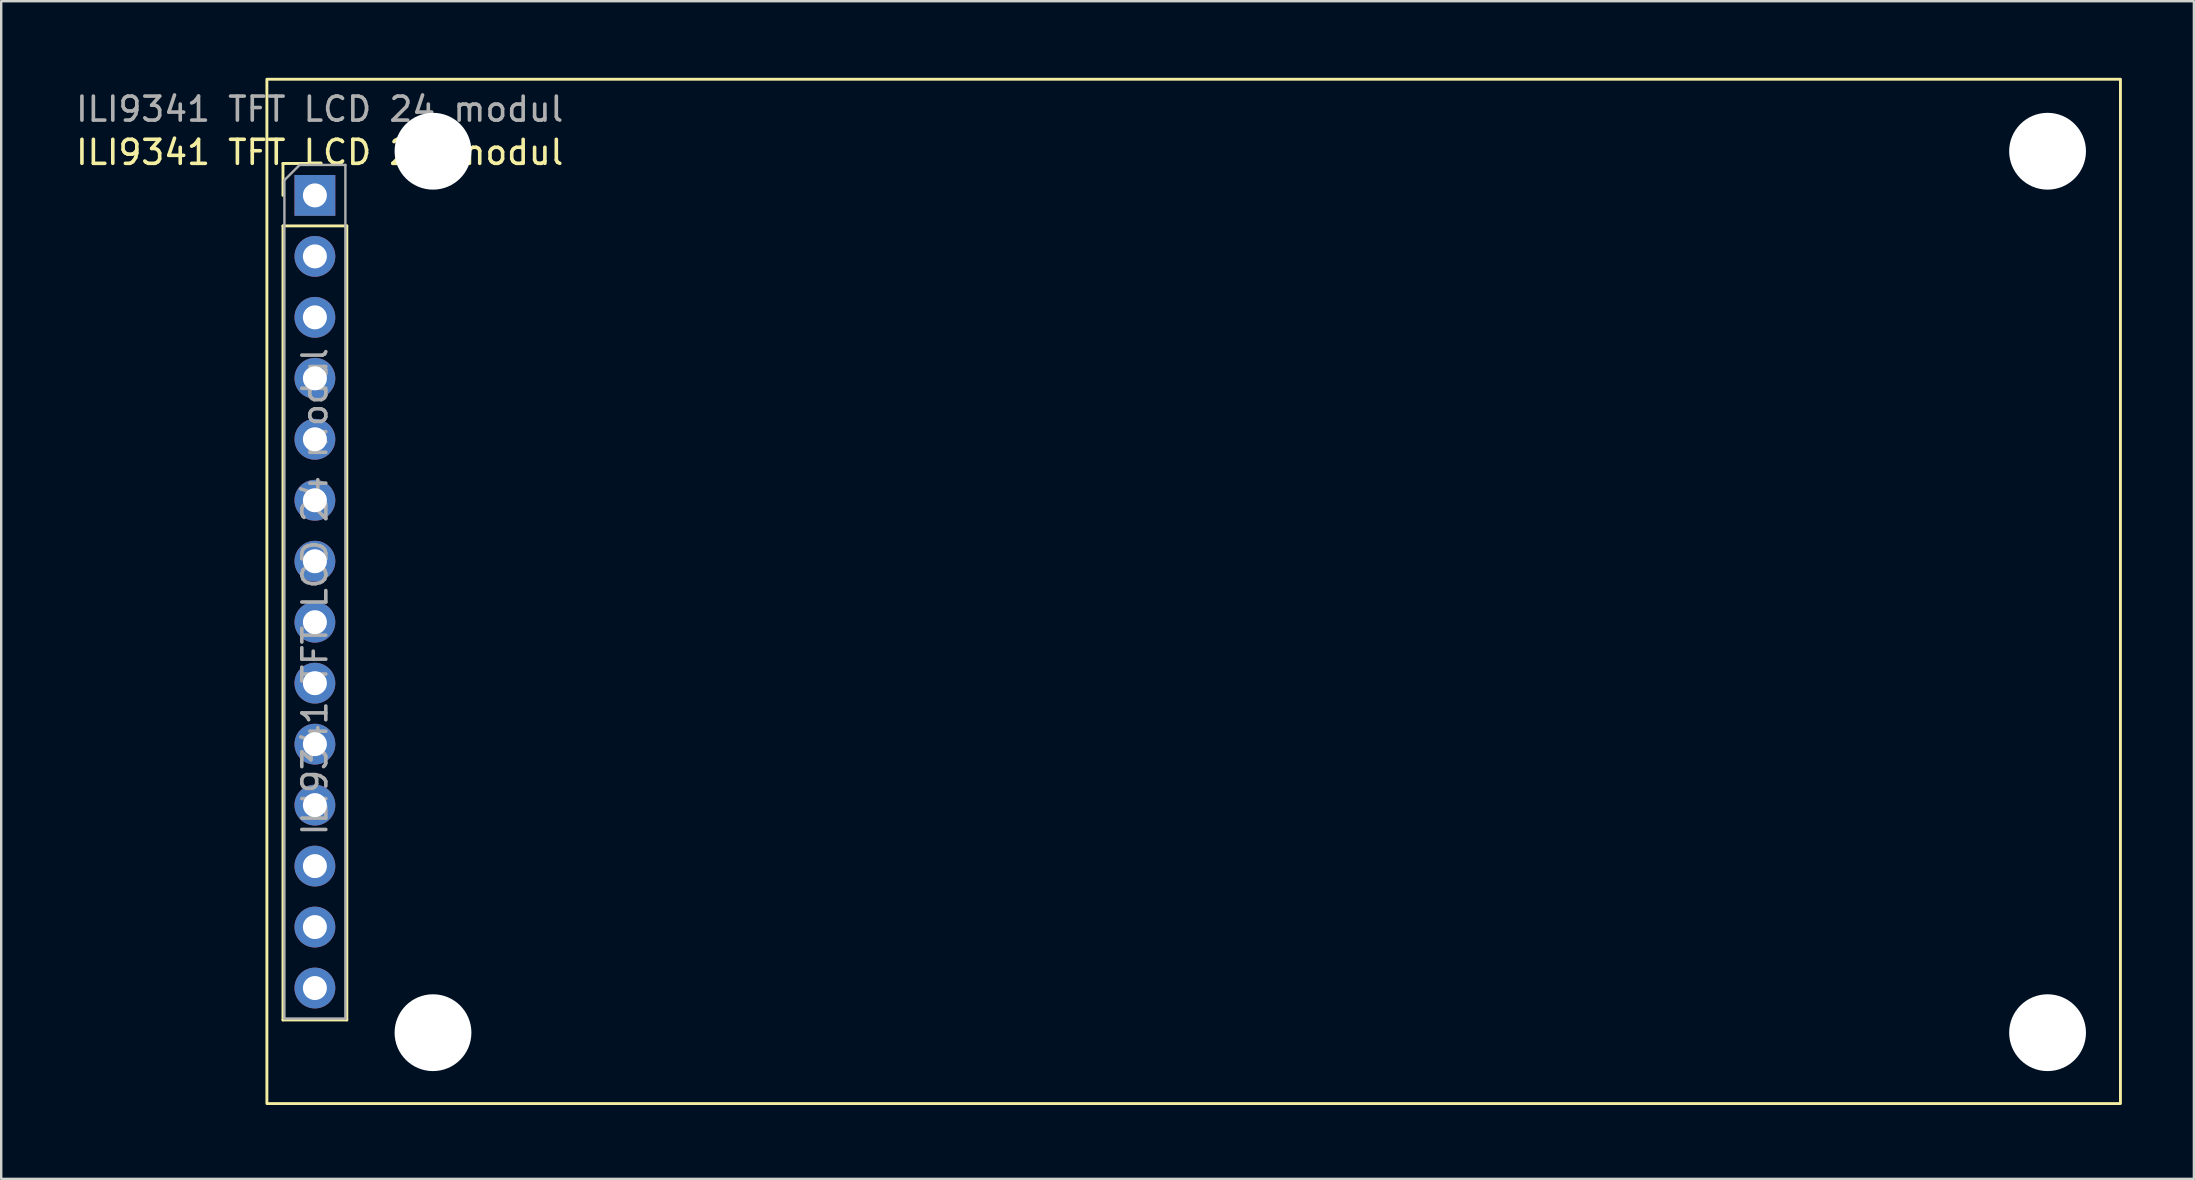
<source format=kicad_pcb>
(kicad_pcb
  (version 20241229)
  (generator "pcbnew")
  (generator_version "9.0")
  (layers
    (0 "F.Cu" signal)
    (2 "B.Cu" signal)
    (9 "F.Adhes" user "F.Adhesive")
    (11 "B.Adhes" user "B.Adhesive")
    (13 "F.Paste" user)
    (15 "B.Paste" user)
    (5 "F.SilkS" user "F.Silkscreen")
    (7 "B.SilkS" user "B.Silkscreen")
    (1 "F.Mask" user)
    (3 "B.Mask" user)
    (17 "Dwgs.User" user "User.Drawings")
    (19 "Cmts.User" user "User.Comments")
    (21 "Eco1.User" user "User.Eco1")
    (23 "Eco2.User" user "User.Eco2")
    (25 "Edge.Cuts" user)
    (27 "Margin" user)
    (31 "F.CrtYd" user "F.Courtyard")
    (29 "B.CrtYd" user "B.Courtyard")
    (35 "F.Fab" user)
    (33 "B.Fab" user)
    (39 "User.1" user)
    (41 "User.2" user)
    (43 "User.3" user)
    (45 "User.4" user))
  (footprint "ILI9341 TFT LCD 24 modul"
    (layer "F.Cu")
    (at 8.068 0.25)
    (property "Reference" "ILI9341 TFT LCD 24 modul" (at 2.2 3.048 0) (unlocked yes) (layer "F.SilkS") (effects (font (size 1 1) (thickness 0.15))))
    (attr through_hole)
    (fp_line (start 0.67 3.51) (end 2 3.51) (stroke (width 0.12) (type solid)) (layer "F.SilkS"))
    (fp_line (start 0.67 4.84) (end 0.67 3.51) (stroke (width 0.12) (type solid)) (layer "F.SilkS"))
    (fp_line (start 0.67 6.11) (end 0.67 39.19) (stroke (width 0.12) (type solid)) (layer "F.SilkS"))
    (fp_line (start 0.67 6.11) (end 3.33 6.11) (stroke (width 0.12) (type solid)) (layer "F.SilkS"))
    (fp_line (start 0.67 39.19) (end 3.33 39.19) (stroke (width 0.12) (type solid)) (layer "F.SilkS"))
    (fp_line (start 3.33 6.11) (end 3.33 39.19) (stroke (width 0.12) (type solid)) (layer "F.SilkS"))
    (fp_rect (start 0 0) (end 77.216 42.672) (stroke (width 0.12) (type solid)) (fill no) (layer "F.SilkS"))
    (fp_line (start 0.73 4.205) (end 1.365 3.57) (stroke (width 0.1) (type solid)) (layer "F.Fab"))
    (fp_line (start 0.73 39.13) (end 0.73 4.205) (stroke (width 0.1) (type solid)) (layer "F.Fab"))
    (fp_line (start 1.365 3.57) (end 3.27 3.57) (stroke (width 0.1) (type solid)) (layer "F.Fab"))
    (fp_line (start 3.27 3.57) (end 3.27 39.13) (stroke (width 0.1) (type solid)) (layer "F.Fab"))
    (fp_line (start 3.27 39.13) (end 0.73 39.13) (stroke (width 0.1) (type solid)) (layer "F.Fab"))
    (fp_line (start 18 1) (end 18 42) (stroke (width 0.12) (type solid)) (layer "User.6"))
    (fp_line (start 18 1) (end 69.5 1) (stroke (width 0.12) (type solid)) (layer "User.6"))
    (fp_line (start 43.75 17.75) (end 43.75 0) (stroke (width 0.12) (type solid)) (layer "User.6"))
    (fp_line (start 43.75 17.75) (end 43.75 27.25) (stroke (width 0.12) (type solid)) (layer "User.6"))
    (fp_line (start 43.75 27.25) (end 43.75 42.75) (stroke (width 0.12) (type solid)) (layer "User.6"))
    (fp_line (start 69.5 1) (end 69.5 42) (stroke (width 0.12) (type solid)) (layer "User.6"))
    (fp_line (start 69.5 42) (end 18 42) (stroke (width 0.12) (type solid)) (layer "User.6"))
    (fp_text user "${REFERENCE}" (at 2 21.35 90) (layer "F.Fab") (effects (font (size 1 1) (thickness 0.15))))
    (fp_text user "${REFERENCE}" (at 2.2 1.248 0) (unlocked yes) (layer "F.Fab") (effects (font (size 1 1) (thickness 0.15))))
    (pad "" np_thru_hole circle (at 6.92 3) (size 3.2 3.2) (drill 3.2) (layers "*.Cu" "*.Mask"))
    (pad "" np_thru_hole circle (at 6.92 39.72) (size 3.2 3.2) (drill 3.2) (layers "*.Cu" "*.Mask"))
    (pad "" np_thru_hole circle (at 74.18 3) (size 3.2 3.2) (drill 3.2) (layers "*.Cu" "*.Mask"))
    (pad "" np_thru_hole circle (at 74.18 39.72) (size 3.2 3.2) (drill 3.2) (layers "*.Cu" "*.Mask"))
    (pad "1" thru_hole rect (at 2 4.84) (size 1.7 1.7) (drill 1) (layers "*.Cu" "*.Mask"))
    (pad "2" thru_hole oval (at 2 7.38) (size 1.7 1.7) (drill 1) (layers "*.Cu" "*.Mask"))
    (pad "3" thru_hole oval (at 2 9.92) (size 1.7 1.7) (drill 1) (layers "*.Cu" "*.Mask"))
    (pad "4" thru_hole oval (at 2 12.46) (size 1.7 1.7) (drill 1) (layers "*.Cu" "*.Mask"))
    (pad "5" thru_hole oval (at 2 15) (size 1.7 1.7) (drill 1) (layers "*.Cu" "*.Mask"))
    (pad "6" thru_hole oval (at 2 17.54) (size 1.7 1.7) (drill 1) (layers "*.Cu" "*.Mask"))
    (pad "7" thru_hole oval (at 2 20.08) (size 1.7 1.7) (drill 1) (layers "*.Cu" "*.Mask"))
    (pad "8" thru_hole oval (at 2 22.62) (size 1.7 1.7) (drill 1) (layers "*.Cu" "*.Mask"))
    (pad "9" thru_hole oval (at 2 25.16) (size 1.7 1.7) (drill 1) (layers "*.Cu" "*.Mask"))
    (pad "10" thru_hole oval (at 2 27.7) (size 1.7 1.7) (drill 1) (layers "*.Cu" "*.Mask"))
    (pad "11" thru_hole oval (at 2 30.24) (size 1.7 1.7) (drill 1) (layers "*.Cu" "*.Mask"))
    (pad "12" thru_hole oval (at 2 32.78) (size 1.7 1.7) (drill 1) (layers "*.Cu" "*.Mask"))
    (pad "13" thru_hole oval (at 2 35.32) (size 1.7 1.7) (drill 1) (layers "*.Cu" "*.Mask"))
    (pad "14" thru_hole oval (at 2 37.86) (size 1.7 1.7) (drill 1) (layers "*.Cu" "*.Mask")))
  (gr_rect
    (start -3 -3)
    (end 88.344 46.06)
    (stroke (width 0.1) (type default))
    (fill no)
    (layer "Edge.Cuts")))
</source>
